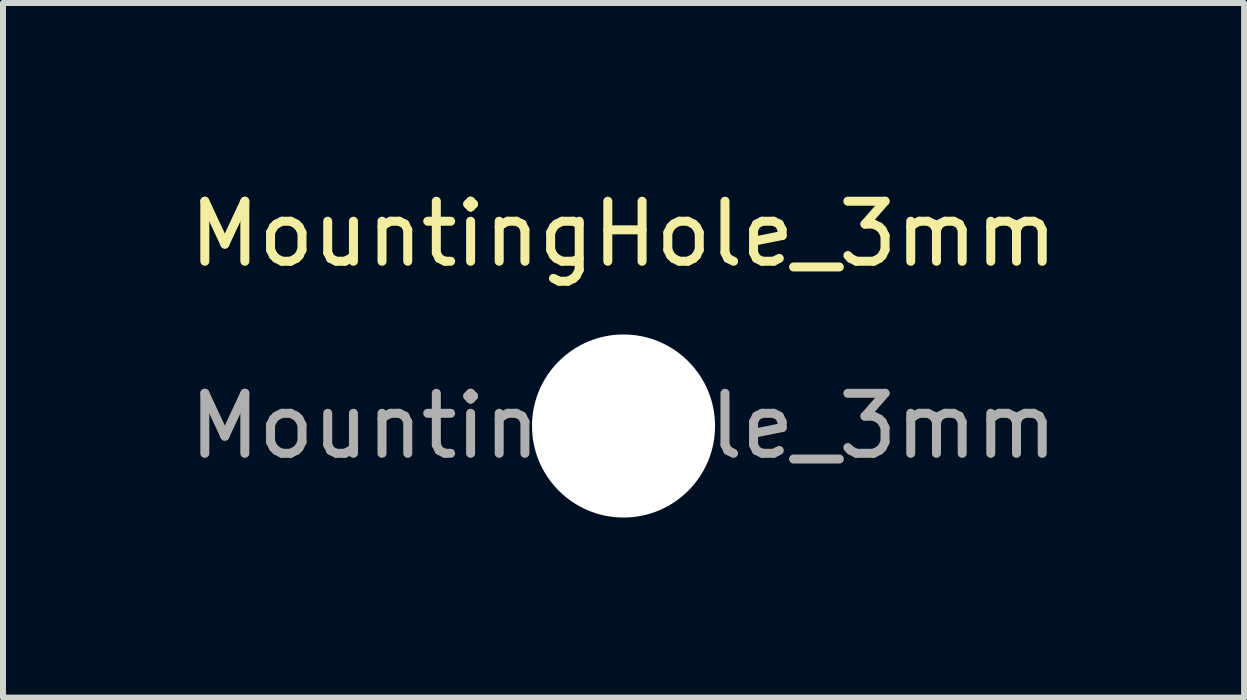
<source format=kicad_pcb>
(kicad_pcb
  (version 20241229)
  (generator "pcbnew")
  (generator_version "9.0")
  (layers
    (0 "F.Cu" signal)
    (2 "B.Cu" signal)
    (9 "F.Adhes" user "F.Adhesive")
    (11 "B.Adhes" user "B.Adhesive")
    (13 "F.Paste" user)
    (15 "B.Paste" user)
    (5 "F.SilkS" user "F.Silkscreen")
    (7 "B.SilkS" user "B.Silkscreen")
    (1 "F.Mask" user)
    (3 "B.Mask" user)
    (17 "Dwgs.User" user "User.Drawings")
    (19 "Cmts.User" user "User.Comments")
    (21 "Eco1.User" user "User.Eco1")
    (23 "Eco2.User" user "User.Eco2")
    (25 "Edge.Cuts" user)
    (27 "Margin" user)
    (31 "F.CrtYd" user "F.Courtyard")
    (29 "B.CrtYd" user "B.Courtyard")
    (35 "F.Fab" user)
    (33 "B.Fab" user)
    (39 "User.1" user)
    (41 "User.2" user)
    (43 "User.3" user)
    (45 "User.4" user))
  (footprint "MountingHole_3mm"
    (layer "F.Cu")
    (at 7.339 4.048)
    (property "Reference" "MountingHole_3mm" (at 0 -3.2 0) (layer "F.SilkS") (effects (font (size 1 1) (thickness 0.15))))
    (attr exclude_from_pos_files)
    (fp_circle (center 0 0) (end 0.762 0) (stroke (width 0.05) (type solid)) (fill no) (layer "F.CrtYd"))
    (fp_text user "${REFERENCE}" (at 0 0 0) (layer "F.Fab") (effects (font (size 1 1) (thickness 0.15))))
    (pad "" np_thru_hole circle (at 0 0) (size 3.05 3.05) (drill 3.05) (layers "*.Cu" "*.Mask")))
  (gr_rect
    (start -3 -3)
    (end 17.679 8.573)
    (stroke (width 0.1) (type default))
    (fill no)
    (layer "Edge.Cuts")))
</source>
